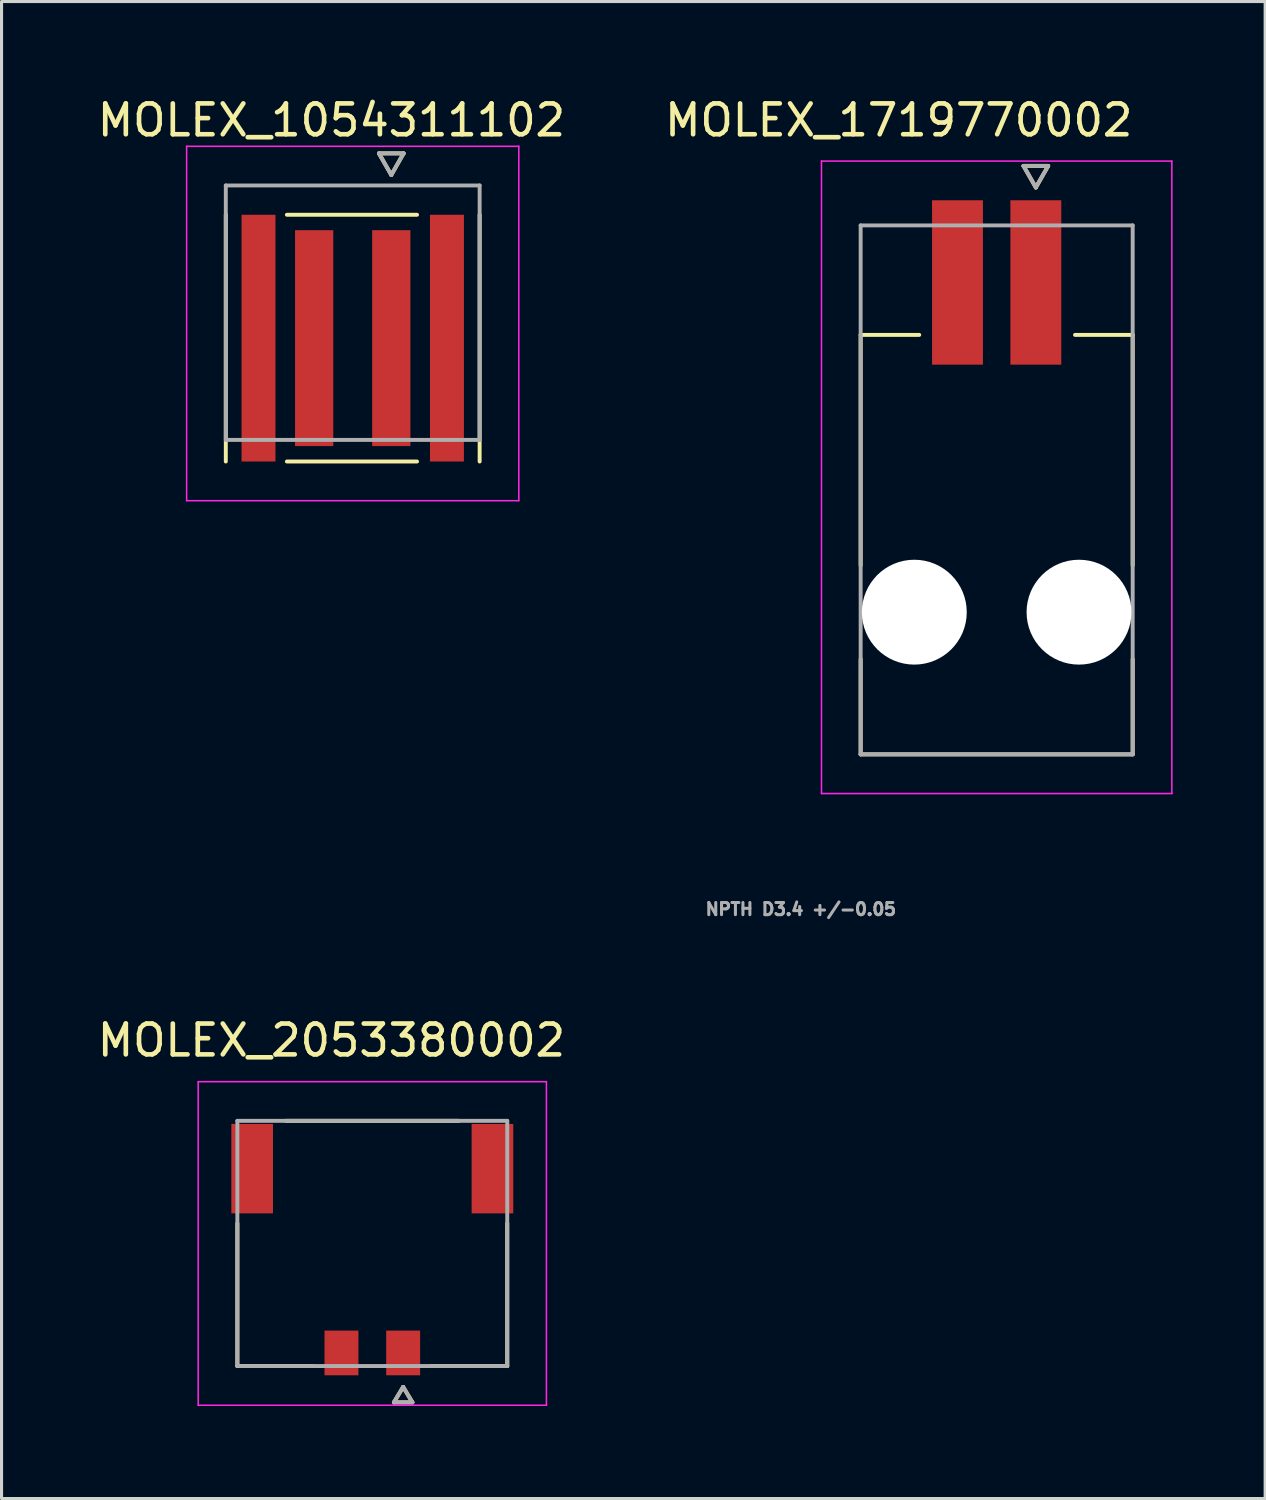
<source format=kicad_pcb>
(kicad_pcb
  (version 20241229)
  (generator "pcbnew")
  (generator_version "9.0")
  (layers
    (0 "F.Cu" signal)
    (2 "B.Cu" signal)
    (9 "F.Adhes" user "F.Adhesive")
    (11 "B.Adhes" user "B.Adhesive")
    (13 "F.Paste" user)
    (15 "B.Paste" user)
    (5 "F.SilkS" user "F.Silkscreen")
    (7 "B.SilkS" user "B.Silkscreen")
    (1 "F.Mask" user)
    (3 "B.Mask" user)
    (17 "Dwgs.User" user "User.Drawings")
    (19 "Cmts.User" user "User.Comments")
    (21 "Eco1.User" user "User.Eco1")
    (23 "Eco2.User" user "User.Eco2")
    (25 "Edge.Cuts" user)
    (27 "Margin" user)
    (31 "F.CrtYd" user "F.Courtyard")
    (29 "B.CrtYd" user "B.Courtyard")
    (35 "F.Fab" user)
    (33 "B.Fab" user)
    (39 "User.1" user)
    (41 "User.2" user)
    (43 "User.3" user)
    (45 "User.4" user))
  (footprint "MOLEX_2053380002"
    (layer "F.Cu")
    (at 9.021 37.265)
    (property "Reference" "MOLEX_2053380002" (at -1.325 -6.585 0) (layer "F.SilkS") (effects (font (size 1 1) (thickness 0.15))))
    (attr smd)
    (fp_poly (pts (xy -4.646 -3.951) (xy -3.144 -3.951) (xy -3.144 -0.899) (xy -4.646 -0.899)) (stroke (width 0.01) (type solid)) (fill yes) (layer "F.Mask"))
    (fp_poly (pts (xy -1.626 2.749) (xy -0.374 2.749) (xy -0.374 4.351) (xy -1.626 4.351)) (stroke (width 0.01) (type solid)) (fill yes) (layer "F.Mask"))
    (fp_poly (pts (xy 0.374 2.749) (xy 1.626 2.749) (xy 1.626 4.351) (xy 0.374 4.351)) (stroke (width 0.01) (type solid)) (fill yes) (layer "F.Mask"))
    (fp_poly (pts (xy 3.144 -3.951) (xy 4.646 -3.951) (xy 4.646 -0.899) (xy 3.144 -0.899)) (stroke (width 0.01) (type solid)) (fill yes) (layer "F.Mask"))
    (fp_line (start -4.375 3.975) (end -4.375 -0.65) (stroke (width 0.127) (type solid)) (layer "F.SilkS"))
    (fp_line (start -1.9 3.975) (end -4.375 3.975) (stroke (width 0.127) (type solid)) (layer "F.SilkS"))
    (fp_line (start 0.7 5.152) (end 1 4.652) (stroke (width 0.127) (type solid)) (layer "F.SilkS"))
    (fp_line (start 1 4.652) (end 1.3 5.152) (stroke (width 0.127) (type solid)) (layer "F.SilkS"))
    (fp_line (start 1.3 5.152) (end 0.7 5.152) (stroke (width 0.127) (type solid)) (layer "F.SilkS"))
    (fp_line (start 2.8 -3.975) (end -2.8 -3.975) (stroke (width 0.127) (type solid)) (layer "F.SilkS"))
    (fp_line (start 4.375 -0.65) (end 4.375 3.975) (stroke (width 0.127) (type solid)) (layer "F.SilkS"))
    (fp_line (start 4.375 3.975) (end 1.9 3.975) (stroke (width 0.127) (type solid)) (layer "F.SilkS"))
    (fp_line (start -5.645 -5.245) (end 5.645 -5.245) (stroke (width 0.05) (type solid)) (layer "F.CrtYd"))
    (fp_line (start -5.645 5.245) (end -5.645 -5.245) (stroke (width 0.05) (type solid)) (layer "F.CrtYd"))
    (fp_line (start -5.645 5.245) (end 5.645 5.245) (stroke (width 0.05) (type solid)) (layer "F.CrtYd"))
    (fp_line (start 5.645 -5.245) (end 5.645 5.245) (stroke (width 0.05) (type solid)) (layer "F.CrtYd"))
    (fp_line (start -4.375 -3.975) (end 4.375 -3.975) (stroke (width 0.127) (type solid)) (layer "F.Fab"))
    (fp_line (start -4.375 3.975) (end -4.375 -3.975) (stroke (width 0.127) (type solid)) (layer "F.Fab"))
    (fp_line (start 0.7 5.152) (end 1 4.652) (stroke (width 0.127) (type solid)) (layer "F.Fab"))
    (fp_line (start 1 4.652) (end 1.3 5.152) (stroke (width 0.127) (type solid)) (layer "F.Fab"))
    (fp_line (start 1.3 5.152) (end 0.7 5.152) (stroke (width 0.127) (type solid)) (layer "F.Fab"))
    (fp_line (start 4.375 -3.975) (end 4.375 3.975) (stroke (width 0.127) (type solid)) (layer "F.Fab"))
    (fp_line (start 4.375 3.975) (end -4.375 3.975) (stroke (width 0.127) (type solid)) (layer "F.Fab"))
    (pad "1" smd rect (at 1 3.55) (size 1.1 1.45) (layers "F.Cu" "F.Paste"))
    (pad "2" smd rect (at -1 3.55) (size 1.1 1.45) (layers "F.Cu" "F.Paste"))
    (pad "S1" smd rect (at 3.895 -2.425) (size 1.35 2.9) (layers "F.Cu" "F.Paste"))
    (pad "S2" smd rect (at -3.895 -2.425) (size 1.35 2.9) (layers "F.Cu" "F.Paste"))
    (zone (net_name "") (layer "F.Cu") (hatch full 0.508) (connect_pads) (min_thickness 0.01) (filled_areas_thickness no) (keepout (tracks not_allowed) (vias not_allowed) (pads not_allowed) (copperpour not_allowed) (footprints allowed)) (placement (enabled no)) (fill) (polygon (pts (xy 5.806 36.295) (xy 5.806 33.29) (xy 6.821 33.29) (xy 6.821 35.29) (xy 11.221 35.29) (xy 11.221 33.29) (xy 12.236 33.29) (xy 12.236 36.295) (xy 12.996 36.295) (xy 12.996 40.89) (xy 10.576 40.89) (xy 10.576 40.085) (xy 9.466 40.085) (xy 9.466 40.89) (xy 8.576 40.89) (xy 8.576 40.085) (xy 7.466 40.085) (xy 7.466 40.89) (xy 5.046 40.89) (xy 5.046 36.295))))
    (zone (net_name "") (layers "F.Cu" "B.Cu") (hatch full 0.508) (connect_pads) (min_thickness 0.01) (filled_areas_thickness no) (keepout (tracks allowed) (vias not_allowed) (pads allowed) (copperpour allowed) (footprints allowed)) (placement (enabled no)) (fill) (polygon (pts (xy 5.806 36.295) (xy 5.806 33.29) (xy 6.821 33.29) (xy 6.821 35.29) (xy 11.221 35.29) (xy 11.221 33.29) (xy 12.236 33.29) (xy 12.236 36.295) (xy 12.996 36.295) (xy 12.996 40.89) (xy 10.576 40.89) (xy 10.576 40.085) (xy 9.466 40.085) (xy 9.466 40.89) (xy 8.576 40.89) (xy 8.576 40.085) (xy 7.466 40.085) (xy 7.466 40.89) (xy 5.046 40.89) (xy 5.046 36.295)))))
  (footprint "MOLEX_1719770002"
    (layer "F.Cu")
    (at 29.264 12.833)
    (property "Reference" "MOLEX_1719770002" (at -3.175 -11.985 0) (layer "F.SilkS") (effects (font (size 1 1) (thickness 0.15))))
    (attr smd)
    (fp_circle (center -2.67 3.965) (end -1.782 3.965) (stroke (width 1.776) (type solid)) (fill no) (layer "F.Mask"))
    (fp_circle (center 2.67 3.965) (end 3.558 3.965) (stroke (width 1.776) (type solid)) (fill no) (layer "F.Mask"))
    (fp_poly (pts (xy -2.171 -9.466) (xy -0.369 -9.466) (xy -0.369 -3.984) (xy -2.171 -3.984)) (stroke (width 0.01) (type solid)) (fill yes) (layer "F.Mask"))
    (fp_poly (pts (xy 0.369 -9.466) (xy 2.171 -9.466) (xy 2.171 -3.984) (xy 0.369 -3.984)) (stroke (width 0.01) (type solid)) (fill yes) (layer "F.Mask"))
    (fp_circle (center -2.67 3.965) (end -1.782 3.965) (stroke (width 1.776) (type solid)) (fill no) (layer "B.Mask"))
    (fp_circle (center 2.67 3.965) (end 3.558 3.965) (stroke (width 1.776) (type solid)) (fill no) (layer "B.Mask"))
    (fp_line (start -4.41 -5.025) (end -2.51 -5.025) (stroke (width 0.127) (type solid)) (layer "F.SilkS"))
    (fp_line (start -4.41 2.445) (end -4.41 -5.025) (stroke (width 0.127) (type solid)) (layer "F.SilkS"))
    (fp_line (start -4.41 8.575) (end -4.41 5.485) (stroke (width 0.127) (type solid)) (layer "F.SilkS"))
    (fp_line (start 0.87 -10.504) (end 1.27 -9.804) (stroke (width 0.127) (type solid)) (layer "F.SilkS"))
    (fp_line (start 1.27 -9.804) (end 1.67 -10.504) (stroke (width 0.127) (type solid)) (layer "F.SilkS"))
    (fp_line (start 1.67 -10.504) (end 0.87 -10.504) (stroke (width 0.127) (type solid)) (layer "F.SilkS"))
    (fp_line (start 2.54 -5.025) (end 4.41 -5.025) (stroke (width 0.127) (type solid)) (layer "F.SilkS"))
    (fp_line (start 4.41 -5.025) (end 4.41 2.445) (stroke (width 0.127) (type solid)) (layer "F.SilkS"))
    (fp_line (start 4.41 5.485) (end 4.41 8.575) (stroke (width 0.127) (type solid)) (layer "F.SilkS"))
    (fp_line (start 4.41 8.575) (end -4.41 8.575) (stroke (width 0.127) (type solid)) (layer "F.SilkS"))
    (fp_line (start -5.68 -10.66) (end 5.68 -10.66) (stroke (width 0.05) (type solid)) (layer "F.CrtYd"))
    (fp_line (start -5.68 9.845) (end -5.68 -10.66) (stroke (width 0.05) (type solid)) (layer "F.CrtYd"))
    (fp_line (start -5.68 9.845) (end 5.68 9.845) (stroke (width 0.05) (type solid)) (layer "F.CrtYd"))
    (fp_line (start 5.68 -10.66) (end 5.68 9.845) (stroke (width 0.05) (type solid)) (layer "F.CrtYd"))
    (fp_line (start -4.41 -8.575) (end 4.41 -8.575) (stroke (width 0.127) (type solid)) (layer "F.Fab"))
    (fp_line (start -4.41 8.575) (end -4.41 -8.575) (stroke (width 0.127) (type solid)) (layer "F.Fab"))
    (fp_line (start 0.87 -10.504) (end 1.27 -9.804) (stroke (width 0.127) (type solid)) (layer "F.Fab"))
    (fp_line (start 1.27 -9.804) (end 1.67 -10.504) (stroke (width 0.127) (type solid)) (layer "F.Fab"))
    (fp_line (start 1.67 -10.504) (end 0.87 -10.504) (stroke (width 0.127) (type solid)) (layer "F.Fab"))
    (fp_line (start 4.41 -8.575) (end 4.41 8.575) (stroke (width 0.127) (type solid)) (layer "F.Fab"))
    (fp_line (start 4.41 8.575) (end -4.41 8.575) (stroke (width 0.127) (type solid)) (layer "F.Fab"))
    (fp_text user "NPTH D3.4 +/-0.05" (at -6.35 13.595 0) (layer "F.Fab") (effects (font (size 0.394 0.394) (thickness 0.15))))
    (pad "" np_thru_hole circle (at -2.67 3.965) (size 3.4 3.4) (drill 3.4) (layers "*.Cu" "*.Mask"))
    (pad "" np_thru_hole circle (at 2.67 3.965) (size 3.4 3.4) (drill 3.4) (layers "*.Cu" "*.Mask"))
    (pad "1" smd rect (at 1.27 -6.725) (size 1.65 5.33) (layers "F.Cu" "F.Paste"))
    (pad "2" smd rect (at -1.27 -6.725) (size 1.65 5.33) (layers "F.Cu" "F.Paste")))
  (footprint "MOLEX_1054311102"
    (layer "F.Cu")
    (at 8.386 7.438)
    (property "Reference" "MOLEX_1054311102" (at -0.69 -6.59 0) (layer "F.SilkS") (effects (font (size 1 1) (thickness 0.15))))
    (attr smd)
    (fp_poly (pts (xy -3.681 -3.601) (xy -2.429 -3.601) (xy -2.429 4.551) (xy -3.681 4.551)) (stroke (width 0.01) (type solid)) (fill yes) (layer "F.Mask"))
    (fp_poly (pts (xy -1.946 -3.101) (xy -0.554 -3.101) (xy -0.554 4.051) (xy -1.946 4.051)) (stroke (width 0.01) (type solid)) (fill yes) (layer "F.Mask"))
    (fp_poly (pts (xy 0.554 -3.101) (xy 1.946 -3.101) (xy 1.946 4.051) (xy 0.554 4.051)) (stroke (width 0.01) (type solid)) (fill yes) (layer "F.Mask"))
    (fp_poly (pts (xy 2.429 -3.601) (xy 3.681 -3.601) (xy 3.681 4.551) (xy 2.429 4.551)) (stroke (width 0.01) (type solid)) (fill yes) (layer "F.Mask"))
    (fp_line (start -4.115 4.475) (end -4.115 -3.525) (stroke (width 0.127) (type solid)) (layer "F.SilkS"))
    (fp_line (start 0.85 -5.515) (end 1.25 -4.815) (stroke (width 0.127) (type solid)) (layer "F.SilkS"))
    (fp_line (start 1.25 -4.815) (end 1.65 -5.515) (stroke (width 0.127) (type solid)) (layer "F.SilkS"))
    (fp_line (start 1.65 -5.515) (end 0.85 -5.515) (stroke (width 0.127) (type solid)) (layer "F.SilkS"))
    (fp_line (start 2.085 -3.525) (end -2.135 -3.525) (stroke (width 0.127) (type solid)) (layer "F.SilkS"))
    (fp_line (start 2.085 4.475) (end -2.135 4.475) (stroke (width 0.127) (type solid)) (layer "F.SilkS"))
    (fp_line (start 4.115 -3.525) (end 4.115 4.475) (stroke (width 0.127) (type solid)) (layer "F.SilkS"))
    (fp_line (start -5.385 -5.745) (end 5.385 -5.745) (stroke (width 0.05) (type solid)) (layer "F.CrtYd"))
    (fp_line (start -5.385 5.745) (end -5.385 -5.745) (stroke (width 0.05) (type solid)) (layer "F.CrtYd"))
    (fp_line (start -5.385 5.745) (end 5.385 5.745) (stroke (width 0.05) (type solid)) (layer "F.CrtYd"))
    (fp_line (start 5.385 -5.745) (end 5.385 5.745) (stroke (width 0.05) (type solid)) (layer "F.CrtYd"))
    (fp_line (start -4.115 -4.475) (end 4.115 -4.475) (stroke (width 0.127) (type solid)) (layer "F.Fab"))
    (fp_line (start -4.115 3.775) (end -4.115 -4.475) (stroke (width 0.127) (type solid)) (layer "F.Fab"))
    (fp_line (start 0.85 -5.515) (end 1.25 -4.815) (stroke (width 0.127) (type solid)) (layer "F.Fab"))
    (fp_line (start 1.25 -4.815) (end 1.65 -5.515) (stroke (width 0.127) (type solid)) (layer "F.Fab"))
    (fp_line (start 1.65 -5.515) (end 0.85 -5.515) (stroke (width 0.127) (type solid)) (layer "F.Fab"))
    (fp_line (start 4.115 -4.475) (end 4.115 3.775) (stroke (width 0.127) (type solid)) (layer "F.Fab"))
    (fp_line (start 4.115 3.775) (end -4.115 3.775) (stroke (width 0.127) (type solid)) (layer "F.Fab"))
    (pad "1" smd rect (at 1.25 0.475) (size 1.24 7) (layers "F.Cu" "F.Paste"))
    (pad "2" smd rect (at -1.25 0.475) (size 1.24 7) (layers "F.Cu" "F.Paste"))
    (pad "S1" smd rect (at -3.055 0.475) (size 1.1 8) (layers "F.Cu" "F.Paste"))
    (pad "S2" smd rect (at 3.055 0.475) (size 1.1 8) (layers "F.Cu" "F.Paste")))
  (gr_rect
    (start -3 -3)
    (end 37.969 45.535)
    (stroke (width 0.1) (type default))
    (fill no)
    (layer "Edge.Cuts")))
</source>
